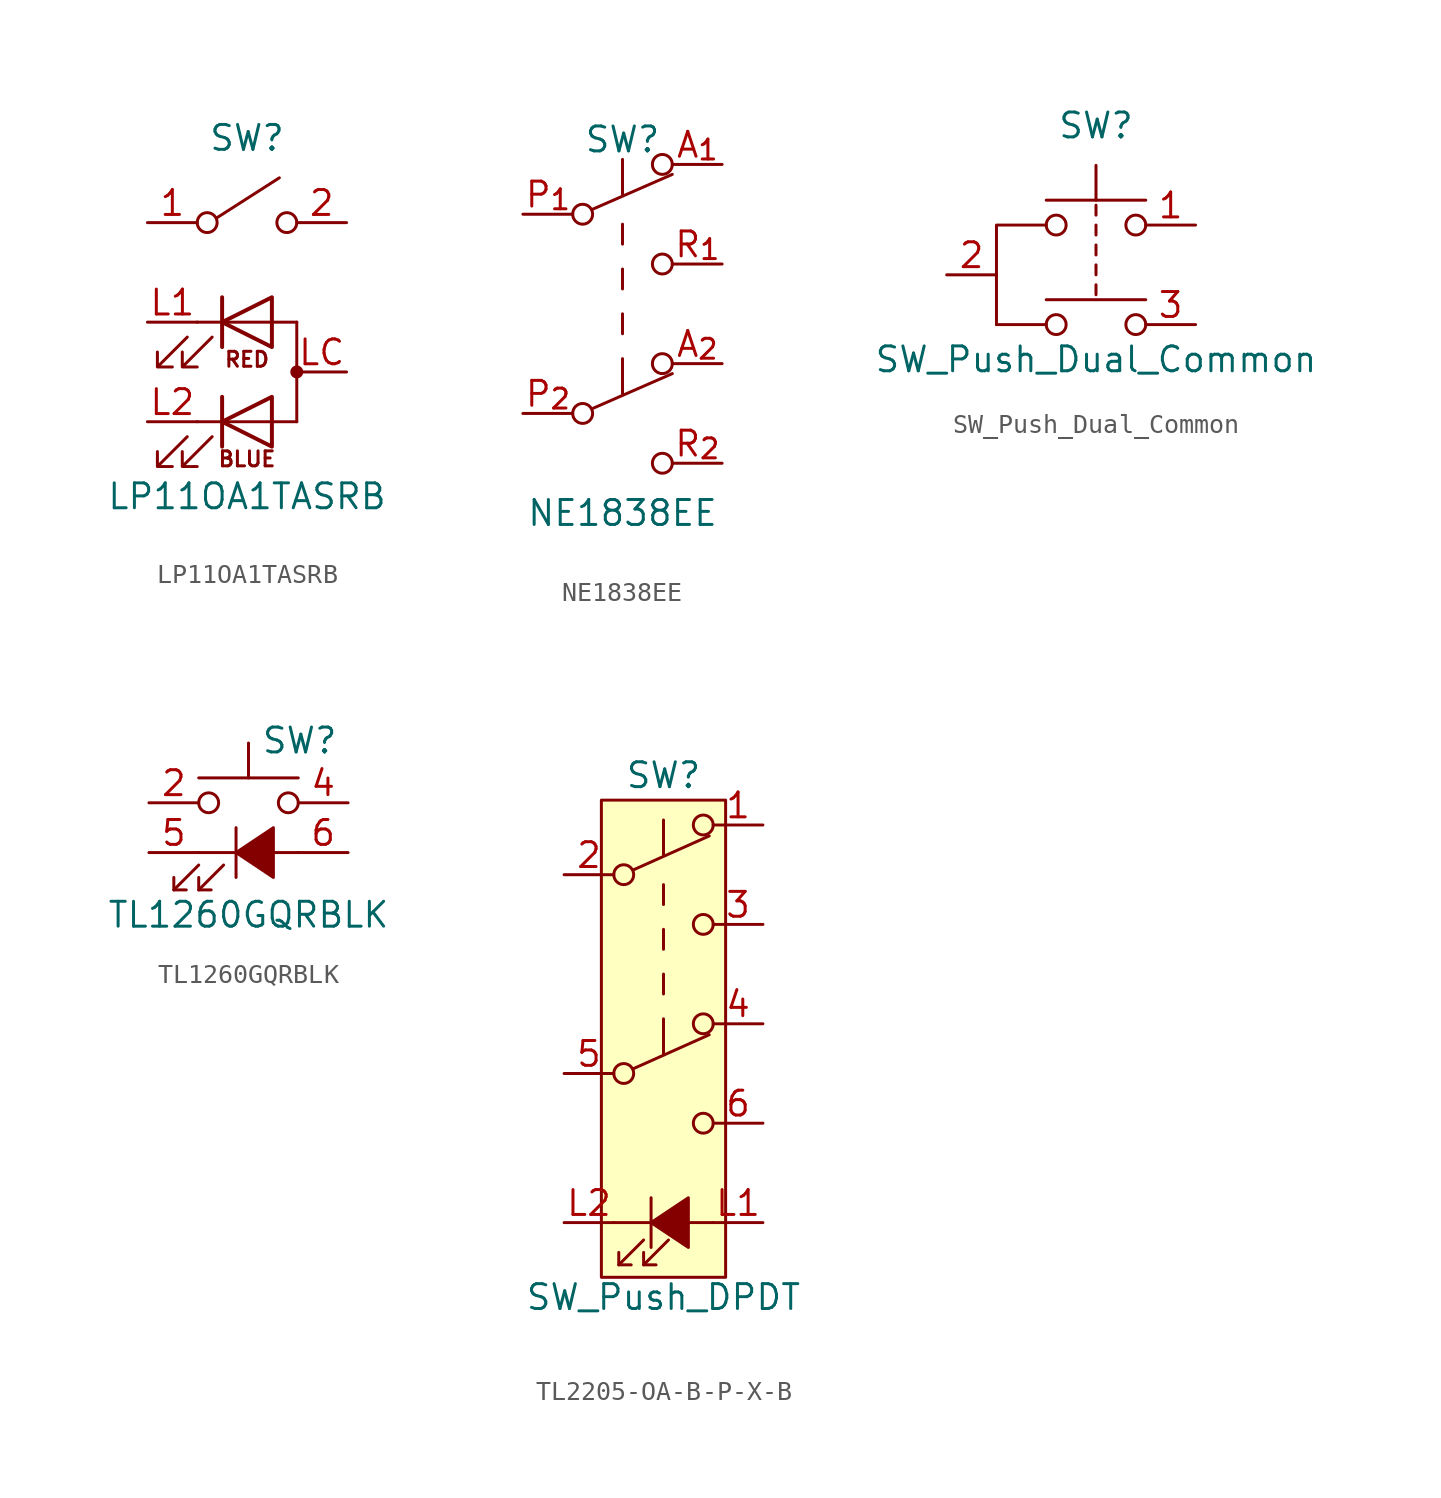
<source format=kicad_sym>
(kicad_symbol_lib
  (version 20231120)
  (generator "kicad_symbol_editor")
  (generator_version "8.0")
  (symbol "LP11OA1TASRB"
    (pin_names
      (offset 1.016) hide)
    (property "Reference" "SW"
      (at 0 9.398 0)
      (effects (font (size 1.27 1.27))))
    (property "Value" "LP11OA1TASRB"
      (at 0 -8.89 0)
      (effects (font (size 1.27 1.27))))
    (symbol "LP11OA1TASRB_0_0"
      (circle (center -2.032 5.08) (radius 0.508) (stroke (width 0) (type default)) (fill (type none)))
      (polyline (pts (xy -2.54 -5.08) (xy 2.54 -5.08)) (stroke (width 0) (type default)) (fill (type none)))
      (polyline (pts (xy -2.54 0) (xy 2.54 0)) (stroke (width 0) (type default)) (fill (type none)))
      (circle (center 2.032 5.08) (radius 0.508) (stroke (width 0) (type default)) (fill (type none)))
      (text "RED" (at 0 -1.905 0) (effects (font (size 0.762 0.762)))))
    (symbol "LP11OA1TASRB_0_1"
      (polyline (pts (xy -1.524 5.334) (xy 1.651 7.366)) (stroke (width 0) (type default)) (fill (type none)))
      (polyline (pts (xy -1.27 -6.35) (xy -1.27 -3.81)) (stroke (width 0.203) (type default)) (fill (type none)))
      (polyline (pts (xy -1.27 -1.27) (xy -1.27 1.27)) (stroke (width 0.203) (type default)) (fill (type none)))
      (polyline (pts (xy 2.54 0) (xy 2.54 -5.08)) (stroke (width 0) (type default)) (fill (type none)))
      (polyline (pts (xy 1.27 -6.35) (xy 1.27 -3.81) (xy -1.27 -5.08) (xy 1.27 -6.35)) (stroke (width 0.203) (type default)) (fill (type none)))
      (polyline (pts (xy 1.27 -1.27) (xy 1.27 1.27) (xy -1.27 0) (xy 1.27 -1.27)) (stroke (width 0.203) (type default)) (fill (type none)))
      (polyline (pts (xy -3.048 -5.842) (xy -4.572 -7.366) (xy -3.81 -7.366) (xy -4.572 -7.366) (xy -4.572 -6.604)) (stroke (width 0) (type default)) (fill (type none)))
      (polyline (pts (xy -3.048 -0.762) (xy -4.572 -2.286) (xy -3.81 -2.286) (xy -4.572 -2.286) (xy -4.572 -1.524)) (stroke (width 0) (type default)) (fill (type none)))
      (polyline (pts (xy -1.778 -5.842) (xy -3.302 -7.366) (xy -2.54 -7.366) (xy -3.302 -7.366) (xy -3.302 -6.604)) (stroke (width 0) (type default)) (fill (type none)))
      (polyline (pts (xy -1.778 -0.762) (xy -3.302 -2.286) (xy -2.54 -2.286) (xy -3.302 -2.286) (xy -3.302 -1.524)) (stroke (width 0) (type default)) (fill (type none)))
      (circle (center 2.54 -2.54) (radius 0.254) (stroke (width 0) (type default)) (fill (type outline))))
    (symbol "LP11OA1TASRB_1_0"
      (text "BLUE" (at 0 -6.985 0) (effects (font (size 0.762 0.762)))))
    (symbol "LP11OA1TASRB_1_1"
      (pin passive line (at -5.08 5.08 0) (length 2.54) (name "1" (effects (font (size 1.27 1.27)))) (number "1" (effects (font (size 1.27 1.27)))))
      (pin passive line (at 5.08 5.08 180) (length 2.54) (name "2" (effects (font (size 1.27 1.27)))) (number "2" (effects (font (size 1.27 1.27)))))
      (pin passive line (at -5.08 0 0) (length 2.54) (name "L1" (effects (font (size 1.27 1.27)))) (number "L1" (effects (font (size 1.27 1.27)))))
      (pin passive line (at -5.08 -5.08 0) (length 2.54) (name "L2" (effects (font (size 1.27 1.27)))) (number "L2" (effects (font (size 1.27 1.27)))))
      (pin passive line (at 5.08 -2.54 180) (length 2.54) (name "LC" (effects (font (size 1.27 1.27)))) (number "LC" (effects (font (size 1.27 1.27)))))))
  (symbol "NE1838EE"
    (pin_names
      (offset 0) hide)
    (property "Reference" "SW"
      (at 0 8.89 0)
      (effects (font (size 1.27 1.27))))
    (property "Value" "NE1838EE"
      (at 0 -10.16 0)
      (effects (font (size 1.27 1.27))))
    (symbol "NE1838EE_0_0"
      (circle (center -2.032 -5.08) (radius 0.508) (stroke (width 0) (type default)) (fill (type none)))
      (circle (center -2.032 5.08) (radius 0.508) (stroke (width 0) (type default)) (fill (type none)))
      (circle (center 2.032 -7.62) (radius 0.508) (stroke (width 0) (type default)) (fill (type none)))
      (circle (center 2.032 2.54) (radius 0.508) (stroke (width 0) (type default)) (fill (type none))))
    (symbol "NE1838EE_0_1"
      (polyline (pts (xy -1.524 -4.826) (xy 2.54 -3.048)) (stroke (width 0) (type default)) (fill (type none)))
      (polyline (pts (xy -1.524 5.334) (xy 2.54 7.112)) (stroke (width 0) (type default)) (fill (type none)))
      (polyline (pts (xy 0 -2.286) (xy 0 -4.064)) (stroke (width 0) (type default)) (fill (type none)))
      (polyline (pts (xy 0 -1.016) (xy 0 0)) (stroke (width 0) (type default)) (fill (type none)))
      (polyline (pts (xy 0 1.27) (xy 0 2.286)) (stroke (width 0) (type default)) (fill (type none)))
      (polyline (pts (xy 0 3.556) (xy 0 4.572)) (stroke (width 0) (type default)) (fill (type none)))
      (polyline (pts (xy 0 7.874) (xy 0 6.096)) (stroke (width 0) (type default)) (fill (type none)))
      (circle (center 2.032 -2.54) (radius 0.508) (stroke (width 0) (type default)) (fill (type none)))
      (circle (center 2.032 7.62) (radius 0.508) (stroke (width 0) (type default)) (fill (type none))))
    (symbol "NE1838EE_1_1"
      (pin passive line (at 5.08 7.62 180) (length 2.54) (name "A" (effects (font (size 1.27 1.27)))) (number "A_{1}" (effects (font (size 1.27 1.27)))))
      (pin passive line (at 5.08 -2.54 180) (length 2.54) (name "A" (effects (font (size 1.27 1.27)))) (number "A_{2}" (effects (font (size 1.27 1.27)))))
      (pin passive line (at -5.08 5.08 0) (length 2.54) (name "B" (effects (font (size 1.27 1.27)))) (number "P_{1}" (effects (font (size 1.27 1.27)))))
      (pin passive line (at -5.08 -5.08 0) (length 2.54) (name "B" (effects (font (size 1.27 1.27)))) (number "P_{2}" (effects (font (size 1.27 1.27)))))
      (pin passive line (at 5.08 2.54 180) (length 2.54) (name "C" (effects (font (size 1.27 1.27)))) (number "R_{1}" (effects (font (size 1.27 1.27)))))
      (pin passive line (at 5.08 -7.62 180) (length 2.54) (name "C" (effects (font (size 1.27 1.27)))) (number "R_{2}" (effects (font (size 1.27 1.27)))))))
  (symbol "SW_Push_Dual_Common"
    (pin_names
      (offset 1.016) hide)
    (property "Reference" "SW"
      (at 0 5.08 0)
      (effects (font (size 1.27 1.27))))
    (property "Value" "SW_Push_Dual_Common"
      (at 0 -6.858 0)
      (effects (font (size 1.27 1.27))))
    (symbol "SW_Push_Dual_Common_0_1"
      (circle (center -2.032 -5.08) (radius 0.508) (stroke (width 0) (type default)) (fill (type none)))
      (circle (center -2.032 0) (radius 0.508) (stroke (width 0) (type default)) (fill (type none)))
      (polyline (pts (xy -2.54 -5.08) (xy -5.08 -5.08)) (stroke (width 0) (type default)) (fill (type none)))
      (polyline (pts (xy 0 -3.048) (xy 0 -3.556)) (stroke (width 0) (type default)) (fill (type none)))
      (polyline (pts (xy 0 -2.032) (xy 0 -2.54)) (stroke (width 0) (type default)) (fill (type none)))
      (polyline (pts (xy 0 -1.524) (xy 0 -1.016)) (stroke (width 0) (type default)) (fill (type none)))
      (polyline (pts (xy 0 -0.508) (xy 0 0)) (stroke (width 0) (type default)) (fill (type none)))
      (polyline (pts (xy 0 0.508) (xy 0 1.016)) (stroke (width 0) (type default)) (fill (type none)))
      (polyline (pts (xy 0 1.27) (xy 0 3.048)) (stroke (width 0) (type default)) (fill (type none)))
      (polyline (pts (xy 2.54 -3.81) (xy -2.54 -3.81)) (stroke (width 0) (type default)) (fill (type none)))
      (polyline (pts (xy 2.54 1.27) (xy -2.54 1.27)) (stroke (width 0) (type default)) (fill (type none)))
      (polyline (pts (xy -5.08 -5.08) (xy -5.08 0) (xy -2.54 0)) (stroke (width 0) (type default)) (fill (type none)))
      (circle (center 2.032 -5.08) (radius 0.508) (stroke (width 0) (type default)) (fill (type none)))
      (circle (center 2.032 0) (radius 0.508) (stroke (width 0) (type default)) (fill (type none)))
      (pin passive line (at 5.08 0 180) (length 2.54) (name "1" (effects (font (size 1.27 1.27)))) (number "1" (effects (font (size 1.27 1.27)))))
      (pin passive line (at -7.62 -2.54 0) (length 2.54) (name "2" (effects (font (size 1.27 1.27)))) (number "2" (effects (font (size 1.27 1.27)))))
      (pin passive line (at 5.08 -5.08 180) (length 2.54) (name "3" (effects (font (size 1.27 1.27)))) (number "3" (effects (font (size 1.27 1.27)))))))
  (symbol "TL1260GQRBLK"
    (pin_names
      (offset 1.016) hide)
    (property "Reference" "SW"
      (at 0.635 5.715 0)
      (effects (font (size 1.27 1.27)) (justify left)))
    (property "Value" "TL1260GQRBLK"
      (at 0 -3.175 0)
      (effects (font (size 1.27 1.27))))
    (symbol "TL1260GQRBLK_0_0"
      (polyline (pts (xy -3.81 -1.905) (xy -2.54 -0.635)) (stroke (width 0) (type default)) (fill (type none)))
      (polyline (pts (xy -2.54 -1.905) (xy -1.27 -0.635)) (stroke (width 0) (type default)) (fill (type none)))
      (polyline (pts (xy -2.54 0) (xy 2.54 0)) (stroke (width 0) (type default)) (fill (type none)))
      (polyline (pts (xy -0.635 1.27) (xy -0.635 -1.27)) (stroke (width 0) (type default)) (fill (type none)))
      (polyline (pts (xy -3.81 -1.27) (xy -3.81 -1.905) (xy -3.175 -1.905)) (stroke (width 0) (type default)) (fill (type none)))
      (polyline (pts (xy -2.54 -1.27) (xy -2.54 -1.905) (xy -1.905 -1.905)) (stroke (width 0) (type default)) (fill (type none)))
      (polyline (pts (xy -0.635 0) (xy 1.27 1.27) (xy 1.27 -1.27) (xy -0.635 0)) (stroke (width 0) (type default)) (fill (type outline))))
    (symbol "TL1260GQRBLK_0_1"
      (circle (center -2.032 2.54) (radius 0.508) (stroke (width 0) (type default)) (fill (type none)))
      (polyline (pts (xy 0 3.81) (xy 0 5.588)) (stroke (width 0) (type default)) (fill (type none)))
      (polyline (pts (xy 2.54 3.81) (xy -2.54 3.81)) (stroke (width 0) (type default)) (fill (type none)))
      (circle (center 2.032 2.54) (radius 0.508) (stroke (width 0) (type default)) (fill (type none)))
      (pin passive line (at -5.08 2.54 0) (length 2.54) hide (name "1" (effects (font (size 1.27 1.27)))) (number "1" (effects (font (size 1.27 1.27)))))
      (pin passive line (at -5.08 2.54 0) (length 2.54) (name "2" (effects (font (size 1.27 1.27)))) (number "2" (effects (font (size 1.27 1.27)))))
      (pin passive line (at 5.08 2.54 180) (length 2.54) hide (name "3" (effects (font (size 1.27 1.27)))) (number "3" (effects (font (size 1.27 1.27)))))
      (pin passive line (at 5.08 2.54 180) (length 2.54) (name "4" (effects (font (size 1.27 1.27)))) (number "4" (effects (font (size 1.27 1.27))))))
    (symbol "TL1260GQRBLK_1_1"
      (pin passive line (at -5.08 0 0) (length 2.54) (name "K" (effects (font (size 1.27 1.27)))) (number "5" (effects (font (size 1.27 1.27)))))
      (pin passive line (at 5.08 0 180) (length 2.54) (name "A" (effects (font (size 1.27 1.27)))) (number "6" (effects (font (size 1.27 1.27)))))))
  (symbol "TL2205-OA-B-P-X-B"
    (pin_names
      (offset 0) hide)
    (property "Reference" "SW"
      (at 0 10.16 0)
      (effects (font (size 1.27 1.27))))
    (property "Value" "SW_Push_DPDT"
      (at 0 -16.51 0)
      (effects (font (size 1.27 1.27))))
    (symbol "TL2205-OA-B-P-X-B_0_0"
      (circle (center -2.032 -5.08) (radius 0.508) (stroke (width 0) (type default)) (fill (type none)))
      (circle (center -2.032 5.08) (radius 0.508) (stroke (width 0) (type default)) (fill (type none)))
      (polyline (pts (xy -2.54 -12.7) (xy 2.54 -12.7)) (stroke (width 0) (type default)) (fill (type none)))
      (polyline (pts (xy -2.286 -14.859) (xy -1.016 -13.589)) (stroke (width 0) (type default)) (fill (type none)))
      (polyline (pts (xy -1.016 -14.859) (xy 0.254 -13.589)) (stroke (width 0) (type default)) (fill (type none)))
      (polyline (pts (xy -0.635 -11.43) (xy -0.635 -13.97)) (stroke (width 0) (type default)) (fill (type none)))
      (polyline (pts (xy -2.286 -14.224) (xy -2.286 -14.859) (xy -1.651 -14.859)) (stroke (width 0) (type default)) (fill (type none)))
      (polyline (pts (xy -1.016 -14.224) (xy -1.016 -14.859) (xy -0.381 -14.859)) (stroke (width 0) (type default)) (fill (type none)))
      (polyline (pts (xy -0.635 -12.7) (xy 1.27 -11.43) (xy 1.27 -13.97) (xy -0.635 -12.7)) (stroke (width 0) (type default)) (fill (type outline)))
      (circle (center 2.032 -7.62) (radius 0.508) (stroke (width 0) (type default)) (fill (type none)))
      (circle (center 2.032 2.54) (radius 0.508) (stroke (width 0) (type default)) (fill (type none))))
    (symbol "TL2205-OA-B-P-X-B_0_1"
      (polyline (pts (xy -1.524 -4.826) (xy 2.337 -3.099)) (stroke (width 0) (type default)) (fill (type none)))
      (polyline (pts (xy -1.524 5.334) (xy 2.337 7.061)) (stroke (width 0) (type default)) (fill (type none)))
      (polyline (pts (xy 0 -2.286) (xy 0 -4.064)) (stroke (width 0) (type default)) (fill (type none)))
      (polyline (pts (xy 0 -1.016) (xy 0 0)) (stroke (width 0) (type default)) (fill (type none)))
      (polyline (pts (xy 0 1.27) (xy 0 2.286)) (stroke (width 0) (type default)) (fill (type none)))
      (polyline (pts (xy 0 3.556) (xy 0 4.572)) (stroke (width 0) (type default)) (fill (type none)))
      (polyline (pts (xy 0 7.874) (xy 0 6.096)) (stroke (width 0) (type default)) (fill (type none)))
      (circle (center 2.032 -2.54) (radius 0.508) (stroke (width 0) (type default)) (fill (type none)))
      (circle (center 2.032 7.62) (radius 0.508) (stroke (width 0) (type default)) (fill (type none))))
    (symbol "TL2205-OA-B-P-X-B_1_1"
      (rectangle (start -3.175 8.89) (end 3.175 -15.494) (stroke (width 0) (type default)) (fill (type background)))
      (pin passive line (at 5.08 7.62 180) (length 2.54) (name "A" (effects (font (size 1.27 1.27)))) (number "1" (effects (font (size 1.27 1.27)))))
      (pin passive line (at -5.08 5.08 0) (length 2.54) (name "B" (effects (font (size 1.27 1.27)))) (number "2" (effects (font (size 1.27 1.27)))))
      (pin passive line (at 5.08 2.54 180) (length 2.54) (name "C" (effects (font (size 1.27 1.27)))) (number "3" (effects (font (size 1.27 1.27)))))
      (pin passive line (at 5.08 -2.54 180) (length 2.54) (name "A" (effects (font (size 1.27 1.27)))) (number "4" (effects (font (size 1.27 1.27)))))
      (pin passive line (at -5.08 -5.08 0) (length 2.54) (name "B" (effects (font (size 1.27 1.27)))) (number "5" (effects (font (size 1.27 1.27)))))
      (pin passive line (at 5.08 -7.62 180) (length 2.54) (name "C" (effects (font (size 1.27 1.27)))) (number "6" (effects (font (size 1.27 1.27)))))
      (pin passive line (at 5.08 -12.7 180) (length 2.54) (name "A" (effects (font (size 1.27 1.27)))) (number "L1" (effects (font (size 1.27 1.27)))))
      (pin passive line (at -5.08 -12.7 0) (length 2.54) (name "K" (effects (font (size 1.27 1.27)))) (number "L2" (effects (font (size 1.27 1.27))))))))
</source>
